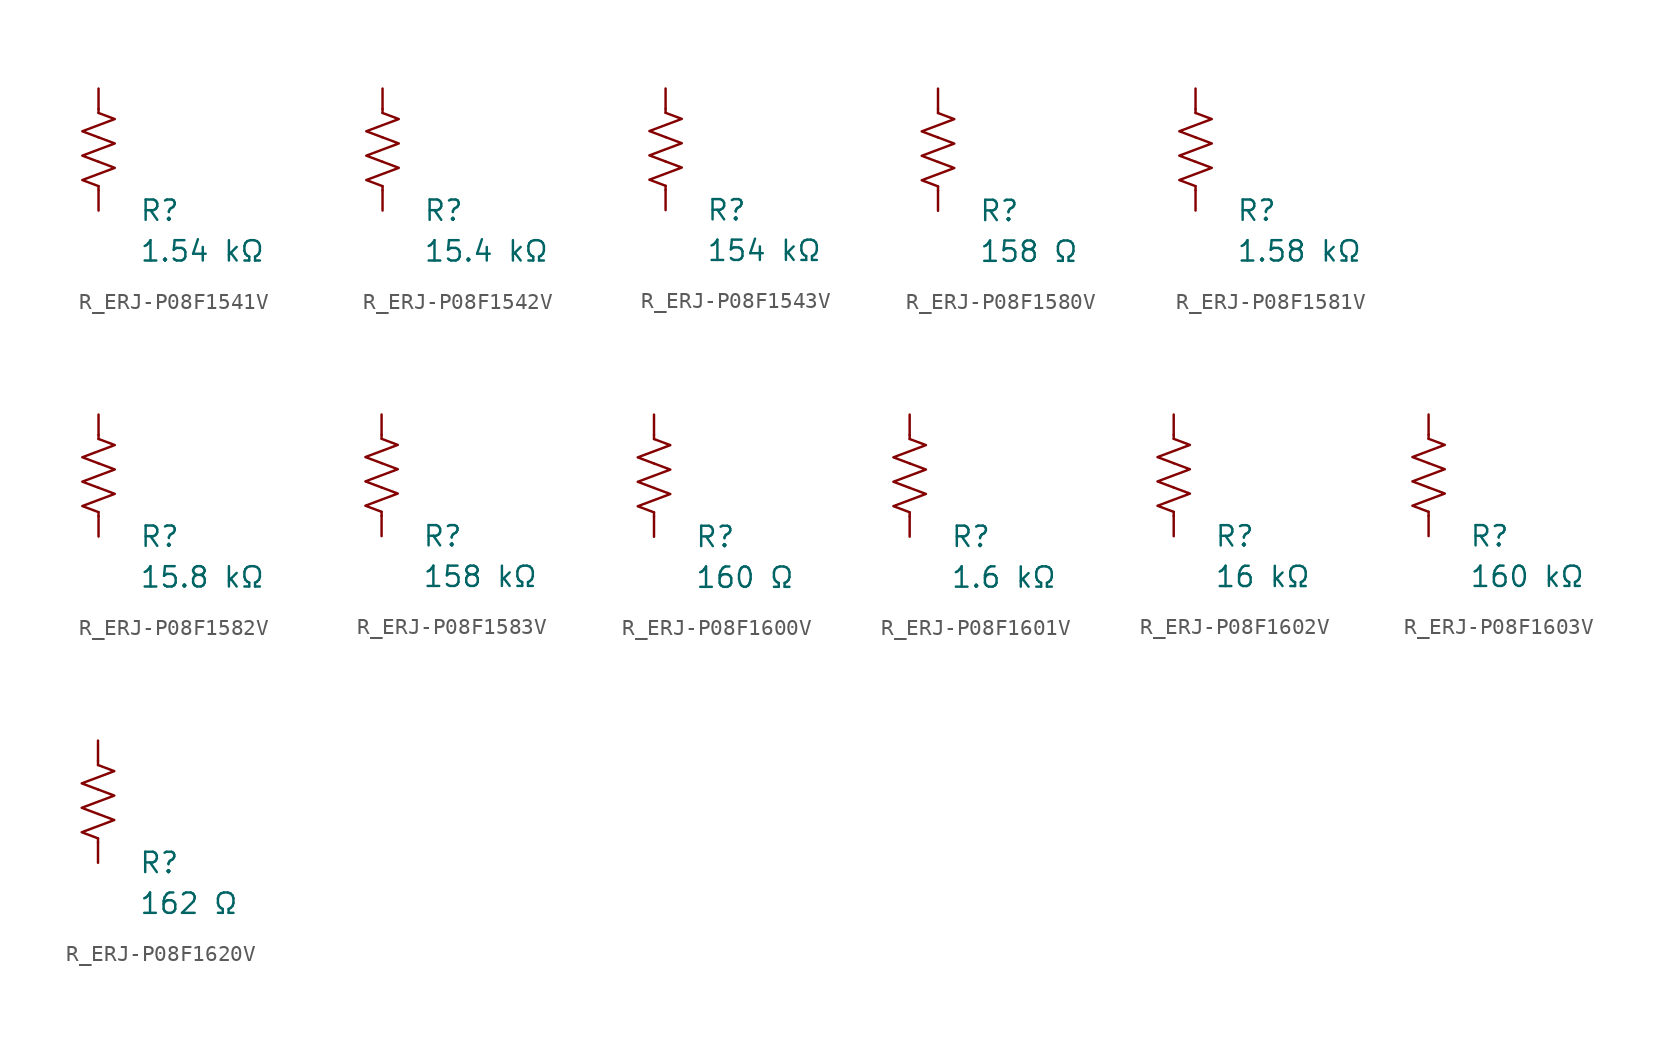
<source format=kicad_sym>
(kicad_symbol_lib
  (version 20231120)
  (generator "kicad_symbol_editor")
  (generator_version "8.0")
  (symbol "R_ERJ-P08F1541V"
    (pin_numbers hide)
    (pin_names
      (offset 0))
    (property "Reference" "R"
      (at 2.54 -3.81 0)
      (effects (font (size 1.27 1.27)) (justify left))
      (show_name no))
    (property "Value" "1.54 kΩ"
      (at 2.54 -6.35 0)
      (effects (font (size 1.27 1.27)) (justify left))
      (show_name no))
    (symbol "R_ERJ-P08F1541V_0_1"
      (polyline (pts (xy 0 -2.286) (xy 0 -2.54)) (stroke (width 0) (type default)) (fill (type none)))
      (polyline (pts (xy 0 2.286) (xy 0 2.54)) (stroke (width 0) (type default)) (fill (type none)))
      (polyline (pts (xy 0 -0.762) (xy 1.016 -1.143) (xy 0 -1.524) (xy -1.016 -1.905) (xy 0 -2.286)) (stroke (width 0) (type default)) (fill (type none)))
      (polyline (pts (xy 0 0.762) (xy 1.016 0.381) (xy 0 0) (xy -1.016 -0.381) (xy 0 -0.762)) (stroke (width 0) (type default)) (fill (type none)))
      (polyline (pts (xy 0 2.286) (xy 1.016 1.905) (xy 0 1.524) (xy -1.016 1.143) (xy 0 0.762)) (stroke (width 0) (type default)) (fill (type none))))
    (symbol "R_ERJ-P08F1541V_1_1"
      (pin passive line (at 0 3.81 270) (length 1.27) (name "~" (effects (font (size 1.27 1.27)))) (number "1" (effects (font (size 1.27 1.27)))))
      (pin passive line (at 0 -3.81 90) (length 1.27) (name "~" (effects (font (size 1.27 1.27)))) (number "2" (effects (font (size 1.27 1.27)))))))
  (symbol "R_ERJ-P08F1542V"
    (pin_numbers hide)
    (pin_names
      (offset 0))
    (property "Reference" "R"
      (at 2.54 -3.81 0)
      (effects (font (size 1.27 1.27)) (justify left))
      (show_name no))
    (property "Value" "15.4 kΩ"
      (at 2.54 -6.35 0)
      (effects (font (size 1.27 1.27)) (justify left))
      (show_name no))
    (symbol "R_ERJ-P08F1542V_0_1"
      (polyline (pts (xy 0 -2.286) (xy 0 -2.54)) (stroke (width 0) (type default)) (fill (type none)))
      (polyline (pts (xy 0 2.286) (xy 0 2.54)) (stroke (width 0) (type default)) (fill (type none)))
      (polyline (pts (xy 0 -0.762) (xy 1.016 -1.143) (xy 0 -1.524) (xy -1.016 -1.905) (xy 0 -2.286)) (stroke (width 0) (type default)) (fill (type none)))
      (polyline (pts (xy 0 0.762) (xy 1.016 0.381) (xy 0 0) (xy -1.016 -0.381) (xy 0 -0.762)) (stroke (width 0) (type default)) (fill (type none)))
      (polyline (pts (xy 0 2.286) (xy 1.016 1.905) (xy 0 1.524) (xy -1.016 1.143) (xy 0 0.762)) (stroke (width 0) (type default)) (fill (type none))))
    (symbol "R_ERJ-P08F1542V_1_1"
      (pin passive line (at 0 3.81 270) (length 1.27) (name "~" (effects (font (size 1.27 1.27)))) (number "1" (effects (font (size 1.27 1.27)))))
      (pin passive line (at 0 -3.81 90) (length 1.27) (name "~" (effects (font (size 1.27 1.27)))) (number "2" (effects (font (size 1.27 1.27)))))))
  (symbol "R_ERJ-P08F1543V"
    (pin_numbers hide)
    (pin_names
      (offset 0))
    (property "Reference" "R"
      (at 2.54 -3.81 0)
      (effects (font (size 1.27 1.27)) (justify left))
      (show_name no))
    (property "Value" "154 kΩ"
      (at 2.54 -6.35 0)
      (effects (font (size 1.27 1.27)) (justify left))
      (show_name no))
    (symbol "R_ERJ-P08F1543V_0_1"
      (polyline (pts (xy 0 -2.286) (xy 0 -2.54)) (stroke (width 0) (type default)) (fill (type none)))
      (polyline (pts (xy 0 2.286) (xy 0 2.54)) (stroke (width 0) (type default)) (fill (type none)))
      (polyline (pts (xy 0 -0.762) (xy 1.016 -1.143) (xy 0 -1.524) (xy -1.016 -1.905) (xy 0 -2.286)) (stroke (width 0) (type default)) (fill (type none)))
      (polyline (pts (xy 0 0.762) (xy 1.016 0.381) (xy 0 0) (xy -1.016 -0.381) (xy 0 -0.762)) (stroke (width 0) (type default)) (fill (type none)))
      (polyline (pts (xy 0 2.286) (xy 1.016 1.905) (xy 0 1.524) (xy -1.016 1.143) (xy 0 0.762)) (stroke (width 0) (type default)) (fill (type none))))
    (symbol "R_ERJ-P08F1543V_1_1"
      (pin passive line (at 0 3.81 270) (length 1.27) (name "~" (effects (font (size 1.27 1.27)))) (number "1" (effects (font (size 1.27 1.27)))))
      (pin passive line (at 0 -3.81 90) (length 1.27) (name "~" (effects (font (size 1.27 1.27)))) (number "2" (effects (font (size 1.27 1.27)))))))
  (symbol "R_ERJ-P08F1580V"
    (pin_numbers hide)
    (pin_names
      (offset 0))
    (property "Reference" "R"
      (at 2.54 -3.81 0)
      (effects (font (size 1.27 1.27)) (justify left))
      (show_name no))
    (property "Value" "158 Ω"
      (at 2.54 -6.35 0)
      (effects (font (size 1.27 1.27)) (justify left))
      (show_name no))
    (symbol "R_ERJ-P08F1580V_0_1"
      (polyline (pts (xy 0 -2.286) (xy 0 -2.54)) (stroke (width 0) (type default)) (fill (type none)))
      (polyline (pts (xy 0 2.286) (xy 0 2.54)) (stroke (width 0) (type default)) (fill (type none)))
      (polyline (pts (xy 0 -0.762) (xy 1.016 -1.143) (xy 0 -1.524) (xy -1.016 -1.905) (xy 0 -2.286)) (stroke (width 0) (type default)) (fill (type none)))
      (polyline (pts (xy 0 0.762) (xy 1.016 0.381) (xy 0 0) (xy -1.016 -0.381) (xy 0 -0.762)) (stroke (width 0) (type default)) (fill (type none)))
      (polyline (pts (xy 0 2.286) (xy 1.016 1.905) (xy 0 1.524) (xy -1.016 1.143) (xy 0 0.762)) (stroke (width 0) (type default)) (fill (type none))))
    (symbol "R_ERJ-P08F1580V_1_1"
      (pin passive line (at 0 3.81 270) (length 1.27) (name "~" (effects (font (size 1.27 1.27)))) (number "1" (effects (font (size 1.27 1.27)))))
      (pin passive line (at 0 -3.81 90) (length 1.27) (name "~" (effects (font (size 1.27 1.27)))) (number "2" (effects (font (size 1.27 1.27)))))))
  (symbol "R_ERJ-P08F1581V"
    (pin_numbers hide)
    (pin_names
      (offset 0))
    (property "Reference" "R"
      (at 2.54 -3.81 0)
      (effects (font (size 1.27 1.27)) (justify left))
      (show_name no))
    (property "Value" "1.58 kΩ"
      (at 2.54 -6.35 0)
      (effects (font (size 1.27 1.27)) (justify left))
      (show_name no))
    (symbol "R_ERJ-P08F1581V_0_1"
      (polyline (pts (xy 0 -2.286) (xy 0 -2.54)) (stroke (width 0) (type default)) (fill (type none)))
      (polyline (pts (xy 0 2.286) (xy 0 2.54)) (stroke (width 0) (type default)) (fill (type none)))
      (polyline (pts (xy 0 -0.762) (xy 1.016 -1.143) (xy 0 -1.524) (xy -1.016 -1.905) (xy 0 -2.286)) (stroke (width 0) (type default)) (fill (type none)))
      (polyline (pts (xy 0 0.762) (xy 1.016 0.381) (xy 0 0) (xy -1.016 -0.381) (xy 0 -0.762)) (stroke (width 0) (type default)) (fill (type none)))
      (polyline (pts (xy 0 2.286) (xy 1.016 1.905) (xy 0 1.524) (xy -1.016 1.143) (xy 0 0.762)) (stroke (width 0) (type default)) (fill (type none))))
    (symbol "R_ERJ-P08F1581V_1_1"
      (pin passive line (at 0 3.81 270) (length 1.27) (name "~" (effects (font (size 1.27 1.27)))) (number "1" (effects (font (size 1.27 1.27)))))
      (pin passive line (at 0 -3.81 90) (length 1.27) (name "~" (effects (font (size 1.27 1.27)))) (number "2" (effects (font (size 1.27 1.27)))))))
  (symbol "R_ERJ-P08F1582V"
    (pin_numbers hide)
    (pin_names
      (offset 0))
    (property "Reference" "R"
      (at 2.54 -3.81 0)
      (effects (font (size 1.27 1.27)) (justify left))
      (show_name no))
    (property "Value" "15.8 kΩ"
      (at 2.54 -6.35 0)
      (effects (font (size 1.27 1.27)) (justify left))
      (show_name no))
    (symbol "R_ERJ-P08F1582V_0_1"
      (polyline (pts (xy 0 -2.286) (xy 0 -2.54)) (stroke (width 0) (type default)) (fill (type none)))
      (polyline (pts (xy 0 2.286) (xy 0 2.54)) (stroke (width 0) (type default)) (fill (type none)))
      (polyline (pts (xy 0 -0.762) (xy 1.016 -1.143) (xy 0 -1.524) (xy -1.016 -1.905) (xy 0 -2.286)) (stroke (width 0) (type default)) (fill (type none)))
      (polyline (pts (xy 0 0.762) (xy 1.016 0.381) (xy 0 0) (xy -1.016 -0.381) (xy 0 -0.762)) (stroke (width 0) (type default)) (fill (type none)))
      (polyline (pts (xy 0 2.286) (xy 1.016 1.905) (xy 0 1.524) (xy -1.016 1.143) (xy 0 0.762)) (stroke (width 0) (type default)) (fill (type none))))
    (symbol "R_ERJ-P08F1582V_1_1"
      (pin passive line (at 0 3.81 270) (length 1.27) (name "~" (effects (font (size 1.27 1.27)))) (number "1" (effects (font (size 1.27 1.27)))))
      (pin passive line (at 0 -3.81 90) (length 1.27) (name "~" (effects (font (size 1.27 1.27)))) (number "2" (effects (font (size 1.27 1.27)))))))
  (symbol "R_ERJ-P08F1583V"
    (pin_numbers hide)
    (pin_names
      (offset 0))
    (property "Reference" "R"
      (at 2.54 -3.81 0)
      (effects (font (size 1.27 1.27)) (justify left))
      (show_name no))
    (property "Value" "158 kΩ"
      (at 2.54 -6.35 0)
      (effects (font (size 1.27 1.27)) (justify left))
      (show_name no))
    (symbol "R_ERJ-P08F1583V_0_1"
      (polyline (pts (xy 0 -2.286) (xy 0 -2.54)) (stroke (width 0) (type default)) (fill (type none)))
      (polyline (pts (xy 0 2.286) (xy 0 2.54)) (stroke (width 0) (type default)) (fill (type none)))
      (polyline (pts (xy 0 -0.762) (xy 1.016 -1.143) (xy 0 -1.524) (xy -1.016 -1.905) (xy 0 -2.286)) (stroke (width 0) (type default)) (fill (type none)))
      (polyline (pts (xy 0 0.762) (xy 1.016 0.381) (xy 0 0) (xy -1.016 -0.381) (xy 0 -0.762)) (stroke (width 0) (type default)) (fill (type none)))
      (polyline (pts (xy 0 2.286) (xy 1.016 1.905) (xy 0 1.524) (xy -1.016 1.143) (xy 0 0.762)) (stroke (width 0) (type default)) (fill (type none))))
    (symbol "R_ERJ-P08F1583V_1_1"
      (pin passive line (at 0 3.81 270) (length 1.27) (name "~" (effects (font (size 1.27 1.27)))) (number "1" (effects (font (size 1.27 1.27)))))
      (pin passive line (at 0 -3.81 90) (length 1.27) (name "~" (effects (font (size 1.27 1.27)))) (number "2" (effects (font (size 1.27 1.27)))))))
  (symbol "R_ERJ-P08F1600V"
    (pin_numbers hide)
    (pin_names
      (offset 0))
    (property "Reference" "R"
      (at 2.54 -3.81 0)
      (effects (font (size 1.27 1.27)) (justify left))
      (show_name no))
    (property "Value" "160 Ω"
      (at 2.54 -6.35 0)
      (effects (font (size 1.27 1.27)) (justify left))
      (show_name no))
    (symbol "R_ERJ-P08F1600V_0_1"
      (polyline (pts (xy 0 -2.286) (xy 0 -2.54)) (stroke (width 0) (type default)) (fill (type none)))
      (polyline (pts (xy 0 2.286) (xy 0 2.54)) (stroke (width 0) (type default)) (fill (type none)))
      (polyline (pts (xy 0 -0.762) (xy 1.016 -1.143) (xy 0 -1.524) (xy -1.016 -1.905) (xy 0 -2.286)) (stroke (width 0) (type default)) (fill (type none)))
      (polyline (pts (xy 0 0.762) (xy 1.016 0.381) (xy 0 0) (xy -1.016 -0.381) (xy 0 -0.762)) (stroke (width 0) (type default)) (fill (type none)))
      (polyline (pts (xy 0 2.286) (xy 1.016 1.905) (xy 0 1.524) (xy -1.016 1.143) (xy 0 0.762)) (stroke (width 0) (type default)) (fill (type none))))
    (symbol "R_ERJ-P08F1600V_1_1"
      (pin passive line (at 0 3.81 270) (length 1.27) (name "~" (effects (font (size 1.27 1.27)))) (number "1" (effects (font (size 1.27 1.27)))))
      (pin passive line (at 0 -3.81 90) (length 1.27) (name "~" (effects (font (size 1.27 1.27)))) (number "2" (effects (font (size 1.27 1.27)))))))
  (symbol "R_ERJ-P08F1601V"
    (pin_numbers hide)
    (pin_names
      (offset 0))
    (property "Reference" "R"
      (at 2.54 -3.81 0)
      (effects (font (size 1.27 1.27)) (justify left))
      (show_name no))
    (property "Value" "1.6 kΩ"
      (at 2.54 -6.35 0)
      (effects (font (size 1.27 1.27)) (justify left))
      (show_name no))
    (symbol "R_ERJ-P08F1601V_0_1"
      (polyline (pts (xy 0 -2.286) (xy 0 -2.54)) (stroke (width 0) (type default)) (fill (type none)))
      (polyline (pts (xy 0 2.286) (xy 0 2.54)) (stroke (width 0) (type default)) (fill (type none)))
      (polyline (pts (xy 0 -0.762) (xy 1.016 -1.143) (xy 0 -1.524) (xy -1.016 -1.905) (xy 0 -2.286)) (stroke (width 0) (type default)) (fill (type none)))
      (polyline (pts (xy 0 0.762) (xy 1.016 0.381) (xy 0 0) (xy -1.016 -0.381) (xy 0 -0.762)) (stroke (width 0) (type default)) (fill (type none)))
      (polyline (pts (xy 0 2.286) (xy 1.016 1.905) (xy 0 1.524) (xy -1.016 1.143) (xy 0 0.762)) (stroke (width 0) (type default)) (fill (type none))))
    (symbol "R_ERJ-P08F1601V_1_1"
      (pin passive line (at 0 3.81 270) (length 1.27) (name "~" (effects (font (size 1.27 1.27)))) (number "1" (effects (font (size 1.27 1.27)))))
      (pin passive line (at 0 -3.81 90) (length 1.27) (name "~" (effects (font (size 1.27 1.27)))) (number "2" (effects (font (size 1.27 1.27)))))))
  (symbol "R_ERJ-P08F1602V"
    (pin_numbers hide)
    (pin_names
      (offset 0))
    (property "Reference" "R"
      (at 2.54 -3.81 0)
      (effects (font (size 1.27 1.27)) (justify left))
      (show_name no))
    (property "Value" "16 kΩ"
      (at 2.54 -6.35 0)
      (effects (font (size 1.27 1.27)) (justify left))
      (show_name no))
    (symbol "R_ERJ-P08F1602V_0_1"
      (polyline (pts (xy 0 -2.286) (xy 0 -2.54)) (stroke (width 0) (type default)) (fill (type none)))
      (polyline (pts (xy 0 2.286) (xy 0 2.54)) (stroke (width 0) (type default)) (fill (type none)))
      (polyline (pts (xy 0 -0.762) (xy 1.016 -1.143) (xy 0 -1.524) (xy -1.016 -1.905) (xy 0 -2.286)) (stroke (width 0) (type default)) (fill (type none)))
      (polyline (pts (xy 0 0.762) (xy 1.016 0.381) (xy 0 0) (xy -1.016 -0.381) (xy 0 -0.762)) (stroke (width 0) (type default)) (fill (type none)))
      (polyline (pts (xy 0 2.286) (xy 1.016 1.905) (xy 0 1.524) (xy -1.016 1.143) (xy 0 0.762)) (stroke (width 0) (type default)) (fill (type none))))
    (symbol "R_ERJ-P08F1602V_1_1"
      (pin passive line (at 0 3.81 270) (length 1.27) (name "~" (effects (font (size 1.27 1.27)))) (number "1" (effects (font (size 1.27 1.27)))))
      (pin passive line (at 0 -3.81 90) (length 1.27) (name "~" (effects (font (size 1.27 1.27)))) (number "2" (effects (font (size 1.27 1.27)))))))
  (symbol "R_ERJ-P08F1603V"
    (pin_numbers hide)
    (pin_names
      (offset 0))
    (property "Reference" "R"
      (at 2.54 -3.81 0)
      (effects (font (size 1.27 1.27)) (justify left))
      (show_name no))
    (property "Value" "160 kΩ"
      (at 2.54 -6.35 0)
      (effects (font (size 1.27 1.27)) (justify left))
      (show_name no))
    (symbol "R_ERJ-P08F1603V_0_1"
      (polyline (pts (xy 0 -2.286) (xy 0 -2.54)) (stroke (width 0) (type default)) (fill (type none)))
      (polyline (pts (xy 0 2.286) (xy 0 2.54)) (stroke (width 0) (type default)) (fill (type none)))
      (polyline (pts (xy 0 -0.762) (xy 1.016 -1.143) (xy 0 -1.524) (xy -1.016 -1.905) (xy 0 -2.286)) (stroke (width 0) (type default)) (fill (type none)))
      (polyline (pts (xy 0 0.762) (xy 1.016 0.381) (xy 0 0) (xy -1.016 -0.381) (xy 0 -0.762)) (stroke (width 0) (type default)) (fill (type none)))
      (polyline (pts (xy 0 2.286) (xy 1.016 1.905) (xy 0 1.524) (xy -1.016 1.143) (xy 0 0.762)) (stroke (width 0) (type default)) (fill (type none))))
    (symbol "R_ERJ-P08F1603V_1_1"
      (pin passive line (at 0 3.81 270) (length 1.27) (name "~" (effects (font (size 1.27 1.27)))) (number "1" (effects (font (size 1.27 1.27)))))
      (pin passive line (at 0 -3.81 90) (length 1.27) (name "~" (effects (font (size 1.27 1.27)))) (number "2" (effects (font (size 1.27 1.27)))))))
  (symbol "R_ERJ-P08F1620V"
    (pin_numbers hide)
    (pin_names
      (offset 0))
    (property "Reference" "R"
      (at 2.54 -3.81 0)
      (effects (font (size 1.27 1.27)) (justify left))
      (show_name no))
    (property "Value" "162 Ω"
      (at 2.54 -6.35 0)
      (effects (font (size 1.27 1.27)) (justify left))
      (show_name no))
    (symbol "R_ERJ-P08F1620V_0_1"
      (polyline (pts (xy 0 -2.286) (xy 0 -2.54)) (stroke (width 0) (type default)) (fill (type none)))
      (polyline (pts (xy 0 2.286) (xy 0 2.54)) (stroke (width 0) (type default)) (fill (type none)))
      (polyline (pts (xy 0 -0.762) (xy 1.016 -1.143) (xy 0 -1.524) (xy -1.016 -1.905) (xy 0 -2.286)) (stroke (width 0) (type default)) (fill (type none)))
      (polyline (pts (xy 0 0.762) (xy 1.016 0.381) (xy 0 0) (xy -1.016 -0.381) (xy 0 -0.762)) (stroke (width 0) (type default)) (fill (type none)))
      (polyline (pts (xy 0 2.286) (xy 1.016 1.905) (xy 0 1.524) (xy -1.016 1.143) (xy 0 0.762)) (stroke (width 0) (type default)) (fill (type none))))
    (symbol "R_ERJ-P08F1620V_1_1"
      (pin passive line (at 0 3.81 270) (length 1.27) (name "~" (effects (font (size 1.27 1.27)))) (number "1" (effects (font (size 1.27 1.27)))))
      (pin passive line (at 0 -3.81 90) (length 1.27) (name "~" (effects (font (size 1.27 1.27)))) (number "2" (effects (font (size 1.27 1.27))))))))
</source>
